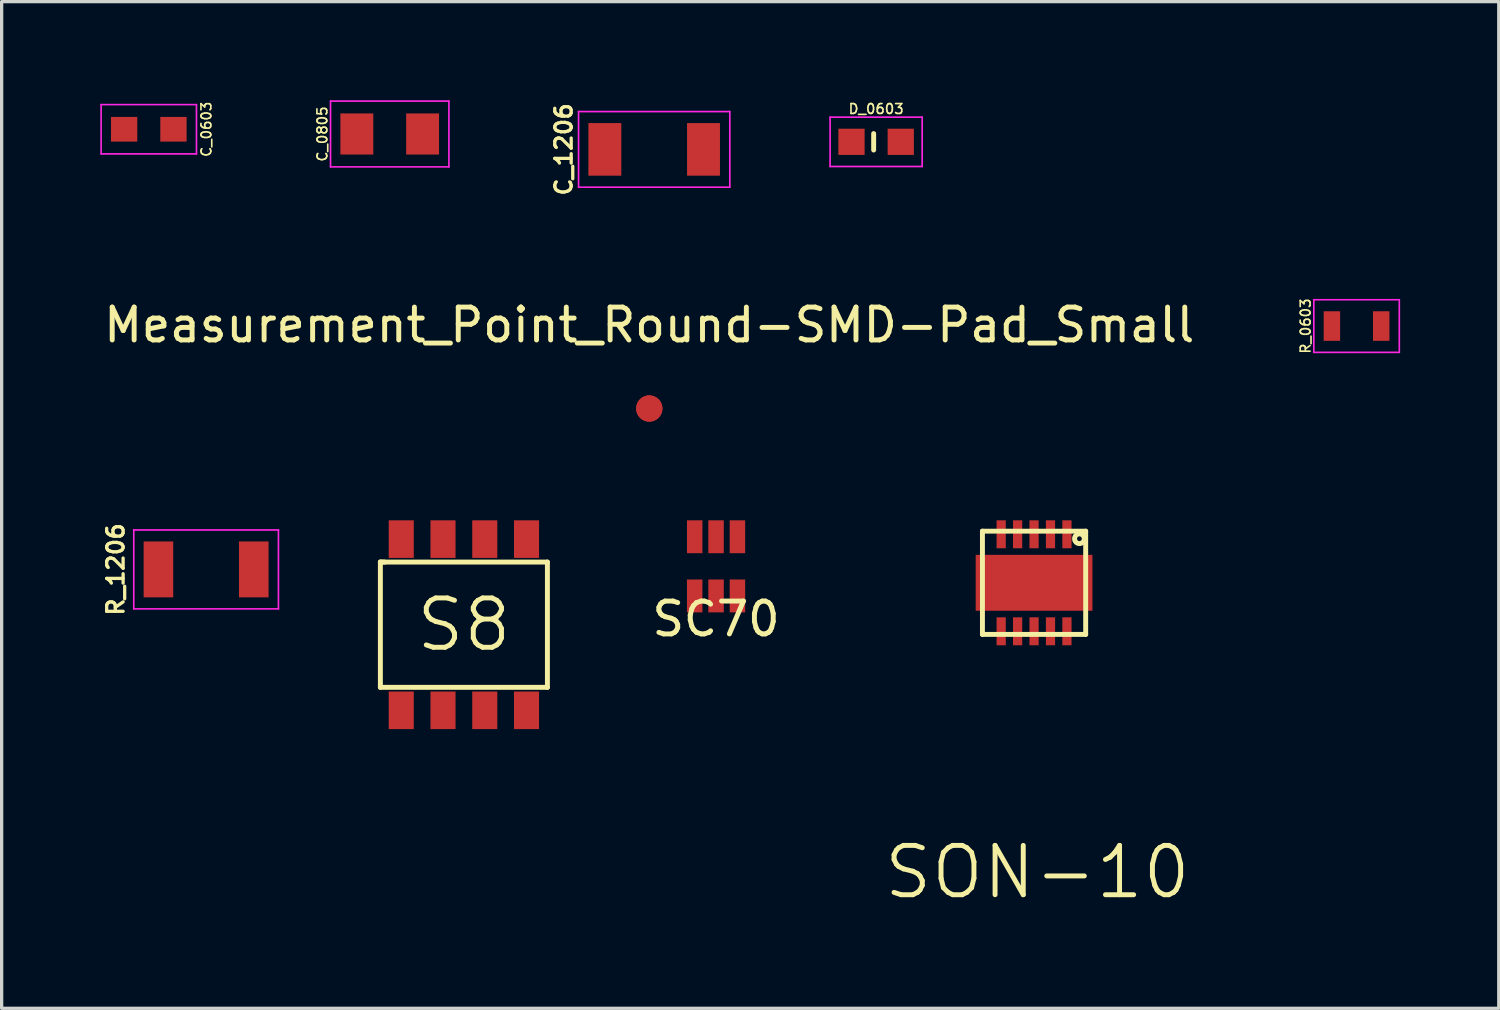
<source format=kicad_pcb>
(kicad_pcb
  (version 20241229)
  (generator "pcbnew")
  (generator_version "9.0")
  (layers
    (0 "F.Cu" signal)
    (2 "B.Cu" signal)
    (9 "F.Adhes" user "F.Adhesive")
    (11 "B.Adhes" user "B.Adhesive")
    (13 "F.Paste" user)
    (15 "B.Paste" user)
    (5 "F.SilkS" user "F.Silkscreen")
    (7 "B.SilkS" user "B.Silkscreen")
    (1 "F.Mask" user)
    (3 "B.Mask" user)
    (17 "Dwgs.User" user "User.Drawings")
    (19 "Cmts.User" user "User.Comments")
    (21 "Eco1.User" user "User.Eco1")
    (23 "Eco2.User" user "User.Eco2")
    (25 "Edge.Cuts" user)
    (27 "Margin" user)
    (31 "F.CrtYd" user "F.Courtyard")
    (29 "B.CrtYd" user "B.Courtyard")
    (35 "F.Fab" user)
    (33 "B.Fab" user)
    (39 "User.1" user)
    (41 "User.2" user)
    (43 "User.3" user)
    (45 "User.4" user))
  (footprint "D_0603"
    (layer "F.Cu")
    (at 23.595 1.263)
    (property "Reference" "D_0603" (at 0 -1 0) (layer "F.SilkS") (effects (font (size 0.3 0.3) (thickness 0.05))))
    (attr smd)
    (fp_line (start -0.075 -0.25) (end -0.075 0.25) (stroke (width 0.15) (type solid)) (layer "F.SilkS"))
    (fp_line (start -1.4 -0.75) (end 1.4 -0.75) (stroke (width 0.05) (type solid)) (layer "F.CrtYd"))
    (fp_line (start -1.4 0.75) (end -1.4 -0.75) (stroke (width 0.05) (type solid)) (layer "F.CrtYd"))
    (fp_line (start 1.4 -0.75) (end 1.4 0.75) (stroke (width 0.05) (type solid)) (layer "F.CrtYd"))
    (fp_line (start 1.4 0.75) (end -1.4 0.75) (stroke (width 0.05) (type solid)) (layer "F.CrtYd"))
    (pad "1" smd rect (at -0.749 0 180) (size 0.798 0.798) (layers "F.Cu" "F.Mask" "F.Paste"))
    (pad "2" smd rect (at 0.749 0 180) (size 0.798 0.798) (layers "F.Cu" "F.Mask" "F.Paste")))
  (footprint "SC70"
    (layer "F.Cu")
    (at 18.727 14.174)
    (property "Reference" "SC70" (at 0 1.6 0) (layer "F.SilkS") (effects (font (size 1 1) (thickness 0.15))))
    (attr through_hole)
    (pad "1" smd rect (at -0.65 0.9) (size 0.47 1) (layers "F.Cu" "F.Mask" "F.Paste"))
    (pad "2" smd rect (at 0 0.9) (size 0.47 1) (layers "F.Cu" "F.Mask" "F.Paste"))
    (pad "3" smd rect (at 0.65 0.9) (size 0.47 1) (layers "F.Cu" "F.Mask" "F.Paste"))
    (pad "4" smd rect (at 0.65 -0.9) (size 0.47 1) (layers "F.Cu" "F.Mask" "F.Paste"))
    (pad "5" smd rect (at 0 -0.9) (size 0.47 1) (layers "F.Cu" "F.Mask" "F.Paste"))
    (pad "6" smd rect (at -0.65 -0.9) (size 0.47 1) (layers "F.Cu" "F.Mask" "F.Paste")))
  (footprint "SON-10"
    (layer "F.Cu")
    (at 28.498 14.674)
    (property "Reference" "SON-10" (at 0 8.8 0) (layer "F.SilkS") (effects (font (size 1.5 1.5) (thickness 0.15))))
    (attr through_hole)
    (fp_line (start -1.67 -1.57) (end -1.67 1.57) (stroke (width 0.15) (type solid)) (layer "F.SilkS"))
    (fp_line (start -1.67 1.57) (end 1.47 1.57) (stroke (width 0.15) (type solid)) (layer "F.SilkS"))
    (fp_line (start 1.47 -1.57) (end -1.67 -1.57) (stroke (width 0.15) (type solid)) (layer "F.SilkS"))
    (fp_line (start 1.47 1.57) (end 1.47 -1.57) (stroke (width 0.15) (type solid)) (layer "F.SilkS"))
    (fp_circle (center 1.28 -1.34) (end 1.3 -1.41) (stroke (width 0.15) (type solid)) (fill no) (layer "F.SilkS"))
    (pad "1" smd rect (at 0.9 -1.475 180) (size 0.28 0.85) (layers "F.Cu" "F.Mask" "F.Paste"))
    (pad "2" smd rect (at 0.4 -1.475 180) (size 0.28 0.85) (layers "F.Cu" "F.Mask" "F.Paste"))
    (pad "3" smd rect (at -0.1 -1.475 180) (size 0.28 0.85) (layers "F.Cu" "F.Mask" "F.Paste"))
    (pad "4" smd rect (at -0.6 -1.475 180) (size 0.28 0.85) (layers "F.Cu" "F.Mask" "F.Paste"))
    (pad "5" smd rect (at -1.1 -1.475 180) (size 0.28 0.85) (layers "F.Cu" "F.Mask" "F.Paste"))
    (pad "6" smd rect (at -0.6 1.475 180) (size 0.28 0.85) (layers "F.Cu" "F.Mask" "F.Paste"))
    (pad "7" smd rect (at -1.1 1.475 180) (size 0.28 0.85) (layers "F.Cu" "F.Mask" "F.Paste"))
    (pad "8" smd rect (at -0.1 1.475 180) (size 0.28 0.85) (layers "F.Cu" "F.Mask" "F.Paste"))
    (pad "9" smd rect (at 0.4 1.475 180) (size 0.28 0.85) (layers "F.Cu" "F.Mask" "F.Paste"))
    (pad "10" smd rect (at 0.9 1.475 180) (size 0.28 0.85) (layers "F.Cu" "F.Mask" "F.Paste"))
    (pad "11" smd rect (at -0.1 0 180) (size 3.55 1.7) (layers "F.Cu" "F.Mask" "F.Paste")))
  (footprint "C_0805"
    (layer "F.Cu")
    (at 8.802 1.025)
    (property "Reference" "C_0805" (at -2.05 0 90) (layer "F.SilkS") (effects (font (size 0.3 0.3) (thickness 0.05))))
    (attr smd)
    (fp_line (start -1.8 -1) (end -1.8 1) (stroke (width 0.05) (type solid)) (layer "F.CrtYd"))
    (fp_line (start -1.8 -1) (end 1.8 -1) (stroke (width 0.05) (type solid)) (layer "F.CrtYd"))
    (fp_line (start -1.8 1) (end 1.8 1) (stroke (width 0.05) (type solid)) (layer "F.CrtYd"))
    (fp_line (start 1.8 -1) (end 1.8 1) (stroke (width 0.05) (type solid)) (layer "F.CrtYd"))
    (pad "1" smd rect (at -1 0) (size 1 1.25) (layers "F.Cu" "F.Mask" "F.Paste"))
    (pad "2" smd rect (at 1 0) (size 1 1.25) (layers "F.Cu" "F.Mask" "F.Paste")))
  (footprint "R_0603"
    (layer "F.Cu")
    (at 38.206 6.866)
    (property "Reference" "R_0603" (at -1.55 0 90) (layer "F.SilkS") (effects (font (size 0.3 0.3) (thickness 0.05))))
    (attr smd)
    (fp_line (start -1.3 -0.8) (end -1.3 0.8) (stroke (width 0.05) (type solid)) (layer "F.CrtYd"))
    (fp_line (start -1.3 -0.8) (end 1.3 -0.8) (stroke (width 0.05) (type solid)) (layer "F.CrtYd"))
    (fp_line (start -1.3 0.8) (end 1.3 0.8) (stroke (width 0.05) (type solid)) (layer "F.CrtYd"))
    (fp_line (start 1.3 -0.8) (end 1.3 0.8) (stroke (width 0.05) (type solid)) (layer "F.CrtYd"))
    (pad "1" smd rect (at -0.75 0) (size 0.5 0.9) (layers "F.Cu" "F.Mask" "F.Paste"))
    (pad "2" smd rect (at 0.75 0) (size 0.5 0.9) (layers "F.Cu" "F.Mask" "F.Paste")))
  (footprint "C_0603"
    (layer "F.Cu")
    (at 1.475 0.881)
    (property "Reference" "C_0603" (at 1.75 0 90) (layer "F.SilkS") (effects (font (size 0.3 0.3) (thickness 0.05))))
    (attr smd)
    (fp_line (start -1.45 -0.75) (end -1.45 0.75) (stroke (width 0.05) (type solid)) (layer "F.CrtYd"))
    (fp_line (start -1.45 -0.75) (end 1.45 -0.75) (stroke (width 0.05) (type solid)) (layer "F.CrtYd"))
    (fp_line (start -1.45 0.75) (end 1.45 0.75) (stroke (width 0.05) (type solid)) (layer "F.CrtYd"))
    (fp_line (start 1.45 -0.75) (end 1.45 0.75) (stroke (width 0.05) (type solid)) (layer "F.CrtYd"))
    (pad "1" smd rect (at -0.75 0) (size 0.8 0.75) (layers "F.Cu" "F.Mask" "F.Paste"))
    (pad "2" smd rect (at 0.75 0) (size 0.8 0.75) (layers "F.Cu" "F.Mask" "F.Paste")))
  (footprint "S8"
    (layer "F.Cu")
    (at 11.058 15.949)
    (property "Reference" "S8" (at 0 0 0) (layer "F.SilkS") (effects (font (size 1.5 1.5) (thickness 0.15))))
    (attr through_hole)
    (fp_line (start -2.54 -1.905) (end -2.54 1.905) (stroke (width 0.15) (type solid)) (layer "F.SilkS"))
    (fp_line (start -2.54 -1.905) (end -2.413 -1.905) (stroke (width 0.15) (type solid)) (layer "F.SilkS"))
    (fp_line (start -2.54 1.905) (end 2.54 1.905) (stroke (width 0.15) (type solid)) (layer "F.SilkS"))
    (fp_line (start 2.54 -1.905) (end -2.54 -1.905) (stroke (width 0.15) (type solid)) (layer "F.SilkS"))
    (fp_line (start 2.54 1.905) (end 2.54 -1.905) (stroke (width 0.15) (type solid)) (layer "F.SilkS"))
    (pad "1" smd rect (at -1.905 2.603) (size 0.762 1.143) (layers "F.Cu" "F.Mask" "F.Paste"))
    (pad "2" smd rect (at -0.635 2.603) (size 0.762 1.143) (layers "F.Cu" "F.Mask" "F.Paste"))
    (pad "3" smd rect (at 0.635 2.603) (size 0.762 1.143) (layers "F.Cu" "F.Mask" "F.Paste"))
    (pad "4" smd rect (at 1.905 2.603) (size 0.762 1.143) (layers "F.Cu" "F.Mask" "F.Paste"))
    (pad "5" smd rect (at 1.905 -2.603) (size 0.762 1.143) (layers "F.Cu" "F.Mask" "F.Paste"))
    (pad "6" smd rect (at 0.635 -2.603) (size 0.762 1.143) (layers "F.Cu" "F.Mask" "F.Paste"))
    (pad "7" smd rect (at -0.635 -2.603) (size 0.762 1.143) (layers "F.Cu" "F.Mask" "F.Paste"))
    (pad "8" smd rect (at -1.905 -2.603) (size 0.762 1.143) (layers "F.Cu" "F.Mask" "F.Paste")))
  (footprint "Measurement_Point_Round-SMD-Pad_Small"
    (layer "F.Cu")
    (at 16.696 9.374)
    (property "Reference" "Measurement_Point_Round-SMD-Pad_Small" (at 0 -2.54 0) (layer "F.SilkS") (effects (font (size 1 1) (thickness 0.15))))
    (attr through_hole)
    (pad "1" smd circle (at 0 0) (size 0.8 0.8) (layers "F.Cu" "F.Mask" "F.Paste"))
    (pad "2" smd circle (at 0 0) (size 0.8 0.8) (layers "F.Cu" "F.Mask" "F.Paste")))
  (footprint "R_1206"
    (layer "F.Cu")
    (at 3.218 14.267)
    (property "Reference" "R_1206" (at -2.75 0 90) (layer "F.SilkS") (effects (font (size 0.5 0.5) (thickness 0.1))))
    (attr smd)
    (fp_line (start -2.2 -1.2) (end -2.2 1.2) (stroke (width 0.05) (type solid)) (layer "F.CrtYd"))
    (fp_line (start -2.2 -1.2) (end 2.2 -1.2) (stroke (width 0.05) (type solid)) (layer "F.CrtYd"))
    (fp_line (start -2.2 1.2) (end 2.2 1.2) (stroke (width 0.05) (type solid)) (layer "F.CrtYd"))
    (fp_line (start 2.2 -1.2) (end 2.2 1.2) (stroke (width 0.05) (type solid)) (layer "F.CrtYd"))
    (pad "1" smd rect (at -1.45 0) (size 0.9 1.7) (layers "F.Cu" "F.Mask" "F.Paste"))
    (pad "2" smd rect (at 1.45 0) (size 0.9 1.7) (layers "F.Cu" "F.Mask" "F.Paste")))
  (footprint "C_1206"
    (layer "F.Cu")
    (at 16.845 1.493)
    (property "Reference" "C_1206" (at -2.75 0 90) (layer "F.SilkS") (effects (font (size 0.5 0.5) (thickness 0.1))))
    (attr smd)
    (fp_line (start -2.3 -1.15) (end -2.3 1.15) (stroke (width 0.05) (type solid)) (layer "F.CrtYd"))
    (fp_line (start -2.3 -1.15) (end 2.3 -1.15) (stroke (width 0.05) (type solid)) (layer "F.CrtYd"))
    (fp_line (start -2.3 1.15) (end 2.3 1.15) (stroke (width 0.05) (type solid)) (layer "F.CrtYd"))
    (fp_line (start 2.3 -1.15) (end 2.3 1.15) (stroke (width 0.05) (type solid)) (layer "F.CrtYd"))
    (pad "1" smd rect (at -1.5 0) (size 1 1.6) (layers "F.Cu" "F.Mask" "F.Paste"))
    (pad "2" smd rect (at 1.5 0) (size 1 1.6) (layers "F.Cu" "F.Mask" "F.Paste")))
  (gr_rect
    (start -3 -3)
    (end 42.531 27.615)
    (stroke (width 0.1) (type default))
    (fill no)
    (layer "Edge.Cuts")))
</source>
